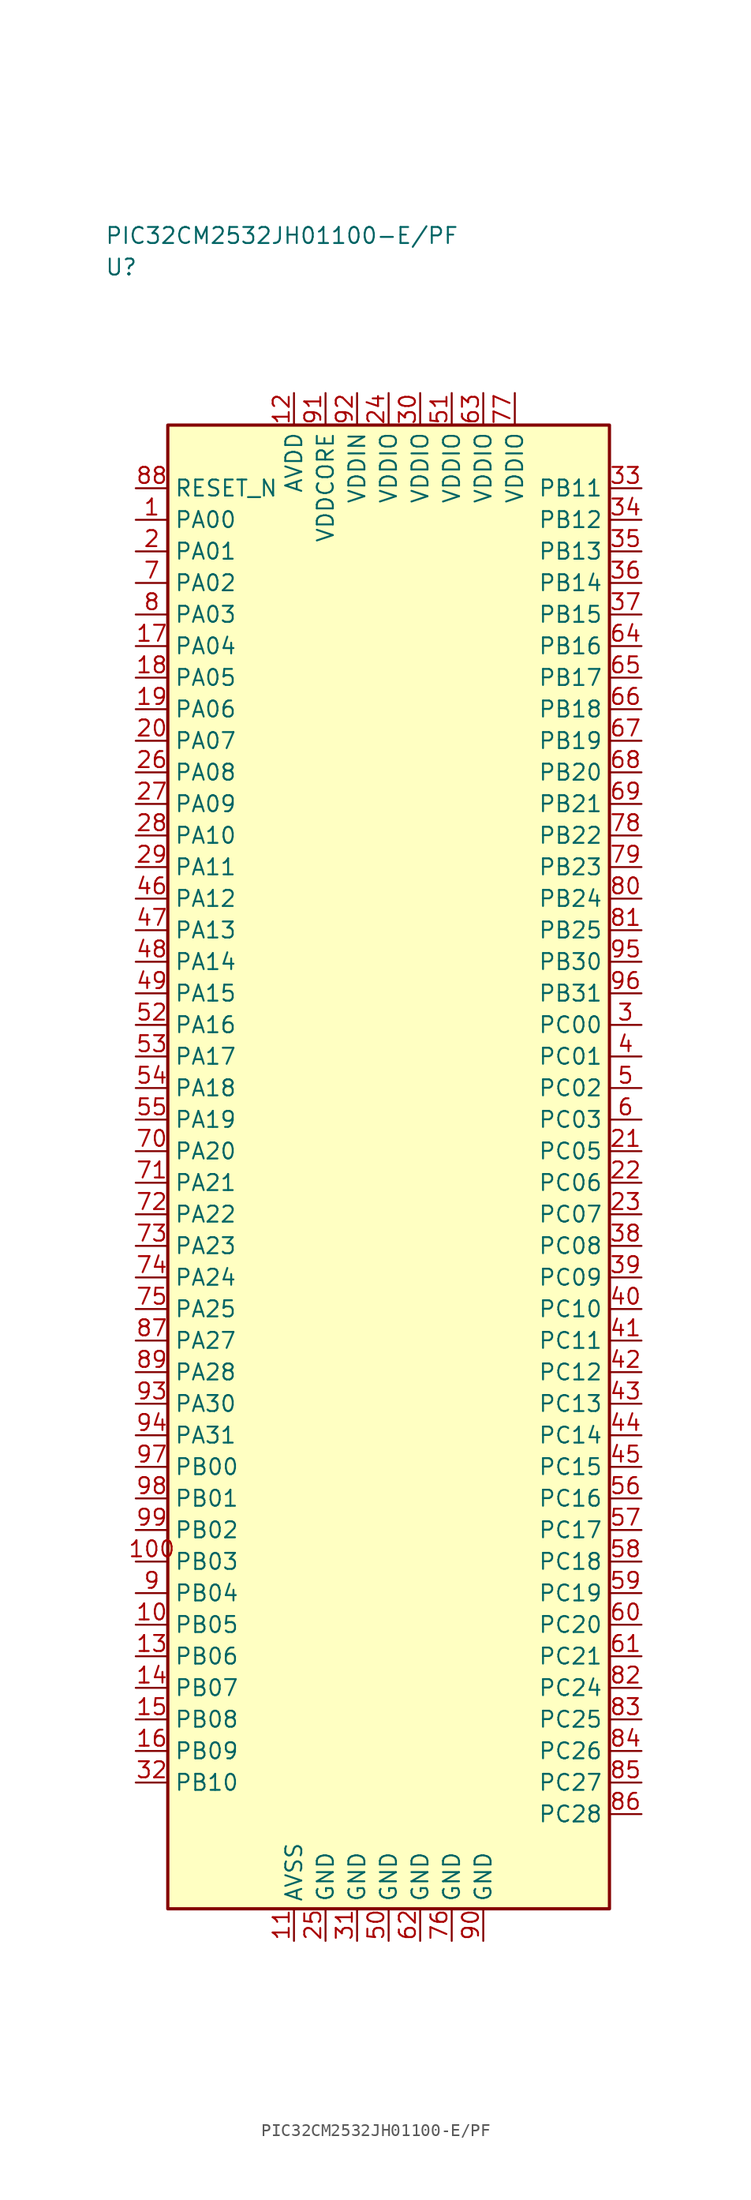
<source format=kicad_sym>
(kicad_symbol_lib
  (version 20241025)
  (generator "kicad_symbol_editor")
  (generator_version "8.0")
  (symbol "PIC32CM2532JH01100-E/PF"
    (property "Reference" "U"
      (at -22.5 71.25 0)
      (effects (font (size 1.27 1.27)) (justify left)))
    (property "Value" "PIC32CM2532JH01100-E/PF"
      (at -22.5 73.75 0)
      (effects (font (size 1.27 1.27)) (justify left)))
    (symbol "PIC32CM2532JH01100-E/PF_0_1"
      (rectangle (start -17.5 58.75) (end 17.5 -58.75) (stroke (width 0.254) (type default)) (fill (type background))))
    (symbol "PIC32CM2532JH01100-E/PF_1_1"
      (pin bidirectional line (at -20.04 51.25 0.0) (length 2.54) (name "PA00" (effects (font (size 1.27 1.27)))) (number "1" (effects (font (size 1.27 1.27)))))
      (pin bidirectional line (at -20.04 48.75 0.0) (length 2.54) (name "PA01" (effects (font (size 1.27 1.27)))) (number "2" (effects (font (size 1.27 1.27)))))
      (pin bidirectional line (at 20.04 11.25 180.0) (length 2.54) (name "PC00" (effects (font (size 1.27 1.27)))) (number "3" (effects (font (size 1.27 1.27)))))
      (pin bidirectional line (at 20.04 8.75 180.0) (length 2.54) (name "PC01" (effects (font (size 1.27 1.27)))) (number "4" (effects (font (size 1.27 1.27)))))
      (pin bidirectional line (at 20.04 6.25 180.0) (length 2.54) (name "PC02" (effects (font (size 1.27 1.27)))) (number "5" (effects (font (size 1.27 1.27)))))
      (pin bidirectional line (at 20.04 3.75 180.0) (length 2.54) (name "PC03" (effects (font (size 1.27 1.27)))) (number "6" (effects (font (size 1.27 1.27)))))
      (pin bidirectional line (at -20.04 46.25 0.0) (length 2.54) (name "PA02" (effects (font (size 1.27 1.27)))) (number "7" (effects (font (size 1.27 1.27)))))
      (pin bidirectional line (at -20.04 43.75 0.0) (length 2.54) (name "PA03" (effects (font (size 1.27 1.27)))) (number "8" (effects (font (size 1.27 1.27)))))
      (pin bidirectional line (at -20.04 -33.75 0.0) (length 2.54) (name "PB04" (effects (font (size 1.27 1.27)))) (number "9" (effects (font (size 1.27 1.27)))))
      (pin bidirectional line (at -20.04 -36.25 0.0) (length 2.54) (name "PB05" (effects (font (size 1.27 1.27)))) (number "10" (effects (font (size 1.27 1.27)))))
      (pin passive line (at -7.5 -61.29 90.0) (length 2.54) (name "AVSS" (effects (font (size 1.27 1.27)))) (number "11" (effects (font (size 1.27 1.27)))))
      (pin power_in line (at -7.5 61.29 270.0) (length 2.54) (name "AVDD" (effects (font (size 1.27 1.27)))) (number "12" (effects (font (size 1.27 1.27)))))
      (pin bidirectional line (at -20.04 -38.75 0.0) (length 2.54) (name "PB06" (effects (font (size 1.27 1.27)))) (number "13" (effects (font (size 1.27 1.27)))))
      (pin bidirectional line (at -20.04 -41.25 0.0) (length 2.54) (name "PB07" (effects (font (size 1.27 1.27)))) (number "14" (effects (font (size 1.27 1.27)))))
      (pin bidirectional line (at -20.04 -43.75 0.0) (length 2.54) (name "PB08" (effects (font (size 1.27 1.27)))) (number "15" (effects (font (size 1.27 1.27)))))
      (pin bidirectional line (at -20.04 -46.25 0.0) (length 2.54) (name "PB09" (effects (font (size 1.27 1.27)))) (number "16" (effects (font (size 1.27 1.27)))))
      (pin bidirectional line (at -20.04 41.25 0.0) (length 2.54) (name "PA04" (effects (font (size 1.27 1.27)))) (number "17" (effects (font (size 1.27 1.27)))))
      (pin bidirectional line (at -20.04 38.75 0.0) (length 2.54) (name "PA05" (effects (font (size 1.27 1.27)))) (number "18" (effects (font (size 1.27 1.27)))))
      (pin bidirectional line (at -20.04 36.25 0.0) (length 2.54) (name "PA06" (effects (font (size 1.27 1.27)))) (number "19" (effects (font (size 1.27 1.27)))))
      (pin bidirectional line (at -20.04 33.75 0.0) (length 2.54) (name "PA07" (effects (font (size 1.27 1.27)))) (number "20" (effects (font (size 1.27 1.27)))))
      (pin bidirectional line (at 20.04 1.25 180.0) (length 2.54) (name "PC05" (effects (font (size 1.27 1.27)))) (number "21" (effects (font (size 1.27 1.27)))))
      (pin bidirectional line (at 20.04 -1.25 180.0) (length 2.54) (name "PC06" (effects (font (size 1.27 1.27)))) (number "22" (effects (font (size 1.27 1.27)))))
      (pin bidirectional line (at 20.04 -3.75 180.0) (length 2.54) (name "PC07" (effects (font (size 1.27 1.27)))) (number "23" (effects (font (size 1.27 1.27)))))
      (pin power_in line (at 0.0 61.29 270.0) (length 2.54) (name "VDDIO" (effects (font (size 1.27 1.27)))) (number "24" (effects (font (size 1.27 1.27)))))
      (pin passive line (at -5.0 -61.29 90.0) (length 2.54) (name "GND" (effects (font (size 1.27 1.27)))) (number "25" (effects (font (size 1.27 1.27)))))
      (pin bidirectional line (at -20.04 31.25 0.0) (length 2.54) (name "PA08" (effects (font (size 1.27 1.27)))) (number "26" (effects (font (size 1.27 1.27)))))
      (pin bidirectional line (at -20.04 28.75 0.0) (length 2.54) (name "PA09" (effects (font (size 1.27 1.27)))) (number "27" (effects (font (size 1.27 1.27)))))
      (pin bidirectional line (at -20.04 26.25 0.0) (length 2.54) (name "PA10" (effects (font (size 1.27 1.27)))) (number "28" (effects (font (size 1.27 1.27)))))
      (pin bidirectional line (at -20.04 23.75 0.0) (length 2.54) (name "PA11" (effects (font (size 1.27 1.27)))) (number "29" (effects (font (size 1.27 1.27)))))
      (pin power_in line (at 2.5 61.29 270.0) (length 2.54) (name "VDDIO" (effects (font (size 1.27 1.27)))) (number "30" (effects (font (size 1.27 1.27)))))
      (pin passive line (at -2.5 -61.29 90.0) (length 2.54) (name "GND" (effects (font (size 1.27 1.27)))) (number "31" (effects (font (size 1.27 1.27)))))
      (pin bidirectional line (at -20.04 -48.75 0.0) (length 2.54) (name "PB10" (effects (font (size 1.27 1.27)))) (number "32" (effects (font (size 1.27 1.27)))))
      (pin bidirectional line (at 20.04 53.75 180.0) (length 2.54) (name "PB11" (effects (font (size 1.27 1.27)))) (number "33" (effects (font (size 1.27 1.27)))))
      (pin bidirectional line (at 20.04 51.25 180.0) (length 2.54) (name "PB12" (effects (font (size 1.27 1.27)))) (number "34" (effects (font (size 1.27 1.27)))))
      (pin bidirectional line (at 20.04 48.75 180.0) (length 2.54) (name "PB13" (effects (font (size 1.27 1.27)))) (number "35" (effects (font (size 1.27 1.27)))))
      (pin bidirectional line (at 20.04 46.25 180.0) (length 2.54) (name "PB14" (effects (font (size 1.27 1.27)))) (number "36" (effects (font (size 1.27 1.27)))))
      (pin bidirectional line (at 20.04 43.75 180.0) (length 2.54) (name "PB15" (effects (font (size 1.27 1.27)))) (number "37" (effects (font (size 1.27 1.27)))))
      (pin bidirectional line (at 20.04 -6.25 180.0) (length 2.54) (name "PC08" (effects (font (size 1.27 1.27)))) (number "38" (effects (font (size 1.27 1.27)))))
      (pin bidirectional line (at 20.04 -8.75 180.0) (length 2.54) (name "PC09" (effects (font (size 1.27 1.27)))) (number "39" (effects (font (size 1.27 1.27)))))
      (pin bidirectional line (at 20.04 -11.25 180.0) (length 2.54) (name "PC10" (effects (font (size 1.27 1.27)))) (number "40" (effects (font (size 1.27 1.27)))))
      (pin bidirectional line (at 20.04 -13.75 180.0) (length 2.54) (name "PC11" (effects (font (size 1.27 1.27)))) (number "41" (effects (font (size 1.27 1.27)))))
      (pin bidirectional line (at 20.04 -16.25 180.0) (length 2.54) (name "PC12" (effects (font (size 1.27 1.27)))) (number "42" (effects (font (size 1.27 1.27)))))
      (pin bidirectional line (at 20.04 -18.75 180.0) (length 2.54) (name "PC13" (effects (font (size 1.27 1.27)))) (number "43" (effects (font (size 1.27 1.27)))))
      (pin bidirectional line (at 20.04 -21.25 180.0) (length 2.54) (name "PC14" (effects (font (size 1.27 1.27)))) (number "44" (effects (font (size 1.27 1.27)))))
      (pin bidirectional line (at 20.04 -23.75 180.0) (length 2.54) (name "PC15" (effects (font (size 1.27 1.27)))) (number "45" (effects (font (size 1.27 1.27)))))
      (pin bidirectional line (at -20.04 21.25 0.0) (length 2.54) (name "PA12" (effects (font (size 1.27 1.27)))) (number "46" (effects (font (size 1.27 1.27)))))
      (pin bidirectional line (at -20.04 18.75 0.0) (length 2.54) (name "PA13" (effects (font (size 1.27 1.27)))) (number "47" (effects (font (size 1.27 1.27)))))
      (pin bidirectional line (at -20.04 16.25 0.0) (length 2.54) (name "PA14" (effects (font (size 1.27 1.27)))) (number "48" (effects (font (size 1.27 1.27)))))
      (pin bidirectional line (at -20.04 13.75 0.0) (length 2.54) (name "PA15" (effects (font (size 1.27 1.27)))) (number "49" (effects (font (size 1.27 1.27)))))
      (pin passive line (at 0.0 -61.29 90.0) (length 2.54) (name "GND" (effects (font (size 1.27 1.27)))) (number "50" (effects (font (size 1.27 1.27)))))
      (pin power_in line (at 5.0 61.29 270.0) (length 2.54) (name "VDDIO" (effects (font (size 1.27 1.27)))) (number "51" (effects (font (size 1.27 1.27)))))
      (pin bidirectional line (at -20.04 11.25 0.0) (length 2.54) (name "PA16" (effects (font (size 1.27 1.27)))) (number "52" (effects (font (size 1.27 1.27)))))
      (pin bidirectional line (at -20.04 8.75 0.0) (length 2.54) (name "PA17" (effects (font (size 1.27 1.27)))) (number "53" (effects (font (size 1.27 1.27)))))
      (pin bidirectional line (at -20.04 6.25 0.0) (length 2.54) (name "PA18" (effects (font (size 1.27 1.27)))) (number "54" (effects (font (size 1.27 1.27)))))
      (pin bidirectional line (at -20.04 3.75 0.0) (length 2.54) (name "PA19" (effects (font (size 1.27 1.27)))) (number "55" (effects (font (size 1.27 1.27)))))
      (pin bidirectional line (at 20.04 -26.25 180.0) (length 2.54) (name "PC16" (effects (font (size 1.27 1.27)))) (number "56" (effects (font (size 1.27 1.27)))))
      (pin bidirectional line (at 20.04 -28.75 180.0) (length 2.54) (name "PC17" (effects (font (size 1.27 1.27)))) (number "57" (effects (font (size 1.27 1.27)))))
      (pin bidirectional line (at 20.04 -31.25 180.0) (length 2.54) (name "PC18" (effects (font (size 1.27 1.27)))) (number "58" (effects (font (size 1.27 1.27)))))
      (pin bidirectional line (at 20.04 -33.75 180.0) (length 2.54) (name "PC19" (effects (font (size 1.27 1.27)))) (number "59" (effects (font (size 1.27 1.27)))))
      (pin bidirectional line (at 20.04 -36.25 180.0) (length 2.54) (name "PC20" (effects (font (size 1.27 1.27)))) (number "60" (effects (font (size 1.27 1.27)))))
      (pin bidirectional line (at 20.04 -38.75 180.0) (length 2.54) (name "PC21" (effects (font (size 1.27 1.27)))) (number "61" (effects (font (size 1.27 1.27)))))
      (pin passive line (at 2.5 -61.29 90.0) (length 2.54) (name "GND" (effects (font (size 1.27 1.27)))) (number "62" (effects (font (size 1.27 1.27)))))
      (pin power_in line (at 7.5 61.29 270.0) (length 2.54) (name "VDDIO" (effects (font (size 1.27 1.27)))) (number "63" (effects (font (size 1.27 1.27)))))
      (pin bidirectional line (at 20.04 41.25 180.0) (length 2.54) (name "PB16" (effects (font (size 1.27 1.27)))) (number "64" (effects (font (size 1.27 1.27)))))
      (pin bidirectional line (at 20.04 38.75 180.0) (length 2.54) (name "PB17" (effects (font (size 1.27 1.27)))) (number "65" (effects (font (size 1.27 1.27)))))
      (pin bidirectional line (at 20.04 36.25 180.0) (length 2.54) (name "PB18" (effects (font (size 1.27 1.27)))) (number "66" (effects (font (size 1.27 1.27)))))
      (pin bidirectional line (at 20.04 33.75 180.0) (length 2.54) (name "PB19" (effects (font (size 1.27 1.27)))) (number "67" (effects (font (size 1.27 1.27)))))
      (pin bidirectional line (at 20.04 31.25 180.0) (length 2.54) (name "PB20" (effects (font (size 1.27 1.27)))) (number "68" (effects (font (size 1.27 1.27)))))
      (pin bidirectional line (at 20.04 28.75 180.0) (length 2.54) (name "PB21" (effects (font (size 1.27 1.27)))) (number "69" (effects (font (size 1.27 1.27)))))
      (pin bidirectional line (at -20.04 1.25 0.0) (length 2.54) (name "PA20" (effects (font (size 1.27 1.27)))) (number "70" (effects (font (size 1.27 1.27)))))
      (pin bidirectional line (at -20.04 -1.25 0.0) (length 2.54) (name "PA21" (effects (font (size 1.27 1.27)))) (number "71" (effects (font (size 1.27 1.27)))))
      (pin bidirectional line (at -20.04 -3.75 0.0) (length 2.54) (name "PA22" (effects (font (size 1.27 1.27)))) (number "72" (effects (font (size 1.27 1.27)))))
      (pin bidirectional line (at -20.04 -6.25 0.0) (length 2.54) (name "PA23" (effects (font (size 1.27 1.27)))) (number "73" (effects (font (size 1.27 1.27)))))
      (pin bidirectional line (at -20.04 -8.75 0.0) (length 2.54) (name "PA24" (effects (font (size 1.27 1.27)))) (number "74" (effects (font (size 1.27 1.27)))))
      (pin bidirectional line (at -20.04 -11.25 0.0) (length 2.54) (name "PA25" (effects (font (size 1.27 1.27)))) (number "75" (effects (font (size 1.27 1.27)))))
      (pin passive line (at 5.0 -61.29 90.0) (length 2.54) (name "GND" (effects (font (size 1.27 1.27)))) (number "76" (effects (font (size 1.27 1.27)))))
      (pin power_in line (at 10.0 61.29 270.0) (length 2.54) (name "VDDIO" (effects (font (size 1.27 1.27)))) (number "77" (effects (font (size 1.27 1.27)))))
      (pin bidirectional line (at 20.04 26.25 180.0) (length 2.54) (name "PB22" (effects (font (size 1.27 1.27)))) (number "78" (effects (font (size 1.27 1.27)))))
      (pin bidirectional line (at 20.04 23.75 180.0) (length 2.54) (name "PB23" (effects (font (size 1.27 1.27)))) (number "79" (effects (font (size 1.27 1.27)))))
      (pin bidirectional line (at 20.04 21.25 180.0) (length 2.54) (name "PB24" (effects (font (size 1.27 1.27)))) (number "80" (effects (font (size 1.27 1.27)))))
      (pin bidirectional line (at 20.04 18.75 180.0) (length 2.54) (name "PB25" (effects (font (size 1.27 1.27)))) (number "81" (effects (font (size 1.27 1.27)))))
      (pin bidirectional line (at 20.04 -41.25 180.0) (length 2.54) (name "PC24" (effects (font (size 1.27 1.27)))) (number "82" (effects (font (size 1.27 1.27)))))
      (pin bidirectional line (at 20.04 -43.75 180.0) (length 2.54) (name "PC25" (effects (font (size 1.27 1.27)))) (number "83" (effects (font (size 1.27 1.27)))))
      (pin bidirectional line (at 20.04 -46.25 180.0) (length 2.54) (name "PC26" (effects (font (size 1.27 1.27)))) (number "84" (effects (font (size 1.27 1.27)))))
      (pin bidirectional line (at 20.04 -48.75 180.0) (length 2.54) (name "PC27" (effects (font (size 1.27 1.27)))) (number "85" (effects (font (size 1.27 1.27)))))
      (pin bidirectional line (at 20.04 -51.25 180.0) (length 2.54) (name "PC28" (effects (font (size 1.27 1.27)))) (number "86" (effects (font (size 1.27 1.27)))))
      (pin bidirectional line (at -20.04 -13.75 0.0) (length 2.54) (name "PA27" (effects (font (size 1.27 1.27)))) (number "87" (effects (font (size 1.27 1.27)))))
      (pin input line (at -20.04 53.75 0.0) (length 2.54) (name "RESET_N" (effects (font (size 1.27 1.27)))) (number "88" (effects (font (size 1.27 1.27)))))
      (pin bidirectional line (at -20.04 -16.25 0.0) (length 2.54) (name "PA28" (effects (font (size 1.27 1.27)))) (number "89" (effects (font (size 1.27 1.27)))))
      (pin passive line (at 7.5 -61.29 90.0) (length 2.54) (name "GND" (effects (font (size 1.27 1.27)))) (number "90" (effects (font (size 1.27 1.27)))))
      (pin power_in line (at -5.0 61.29 270.0) (length 2.54) (name "VDDCORE" (effects (font (size 1.27 1.27)))) (number "91" (effects (font (size 1.27 1.27)))))
      (pin power_in line (at -2.5 61.29 270.0) (length 2.54) (name "VDDIN" (effects (font (size 1.27 1.27)))) (number "92" (effects (font (size 1.27 1.27)))))
      (pin bidirectional line (at -20.04 -18.75 0.0) (length 2.54) (name "PA30" (effects (font (size 1.27 1.27)))) (number "93" (effects (font (size 1.27 1.27)))))
      (pin bidirectional line (at -20.04 -21.25 0.0) (length 2.54) (name "PA31" (effects (font (size 1.27 1.27)))) (number "94" (effects (font (size 1.27 1.27)))))
      (pin bidirectional line (at 20.04 16.25 180.0) (length 2.54) (name "PB30" (effects (font (size 1.27 1.27)))) (number "95" (effects (font (size 1.27 1.27)))))
      (pin bidirectional line (at 20.04 13.75 180.0) (length 2.54) (name "PB31" (effects (font (size 1.27 1.27)))) (number "96" (effects (font (size 1.27 1.27)))))
      (pin bidirectional line (at -20.04 -23.75 0.0) (length 2.54) (name "PB00" (effects (font (size 1.27 1.27)))) (number "97" (effects (font (size 1.27 1.27)))))
      (pin bidirectional line (at -20.04 -26.25 0.0) (length 2.54) (name "PB01" (effects (font (size 1.27 1.27)))) (number "98" (effects (font (size 1.27 1.27)))))
      (pin bidirectional line (at -20.04 -28.75 0.0) (length 2.54) (name "PB02" (effects (font (size 1.27 1.27)))) (number "99" (effects (font (size 1.27 1.27)))))
      (pin bidirectional line (at -20.04 -31.25 0.0) (length 2.54) (name "PB03" (effects (font (size 1.27 1.27)))) (number "100" (effects (font (size 1.27 1.27))))))))
</source>
